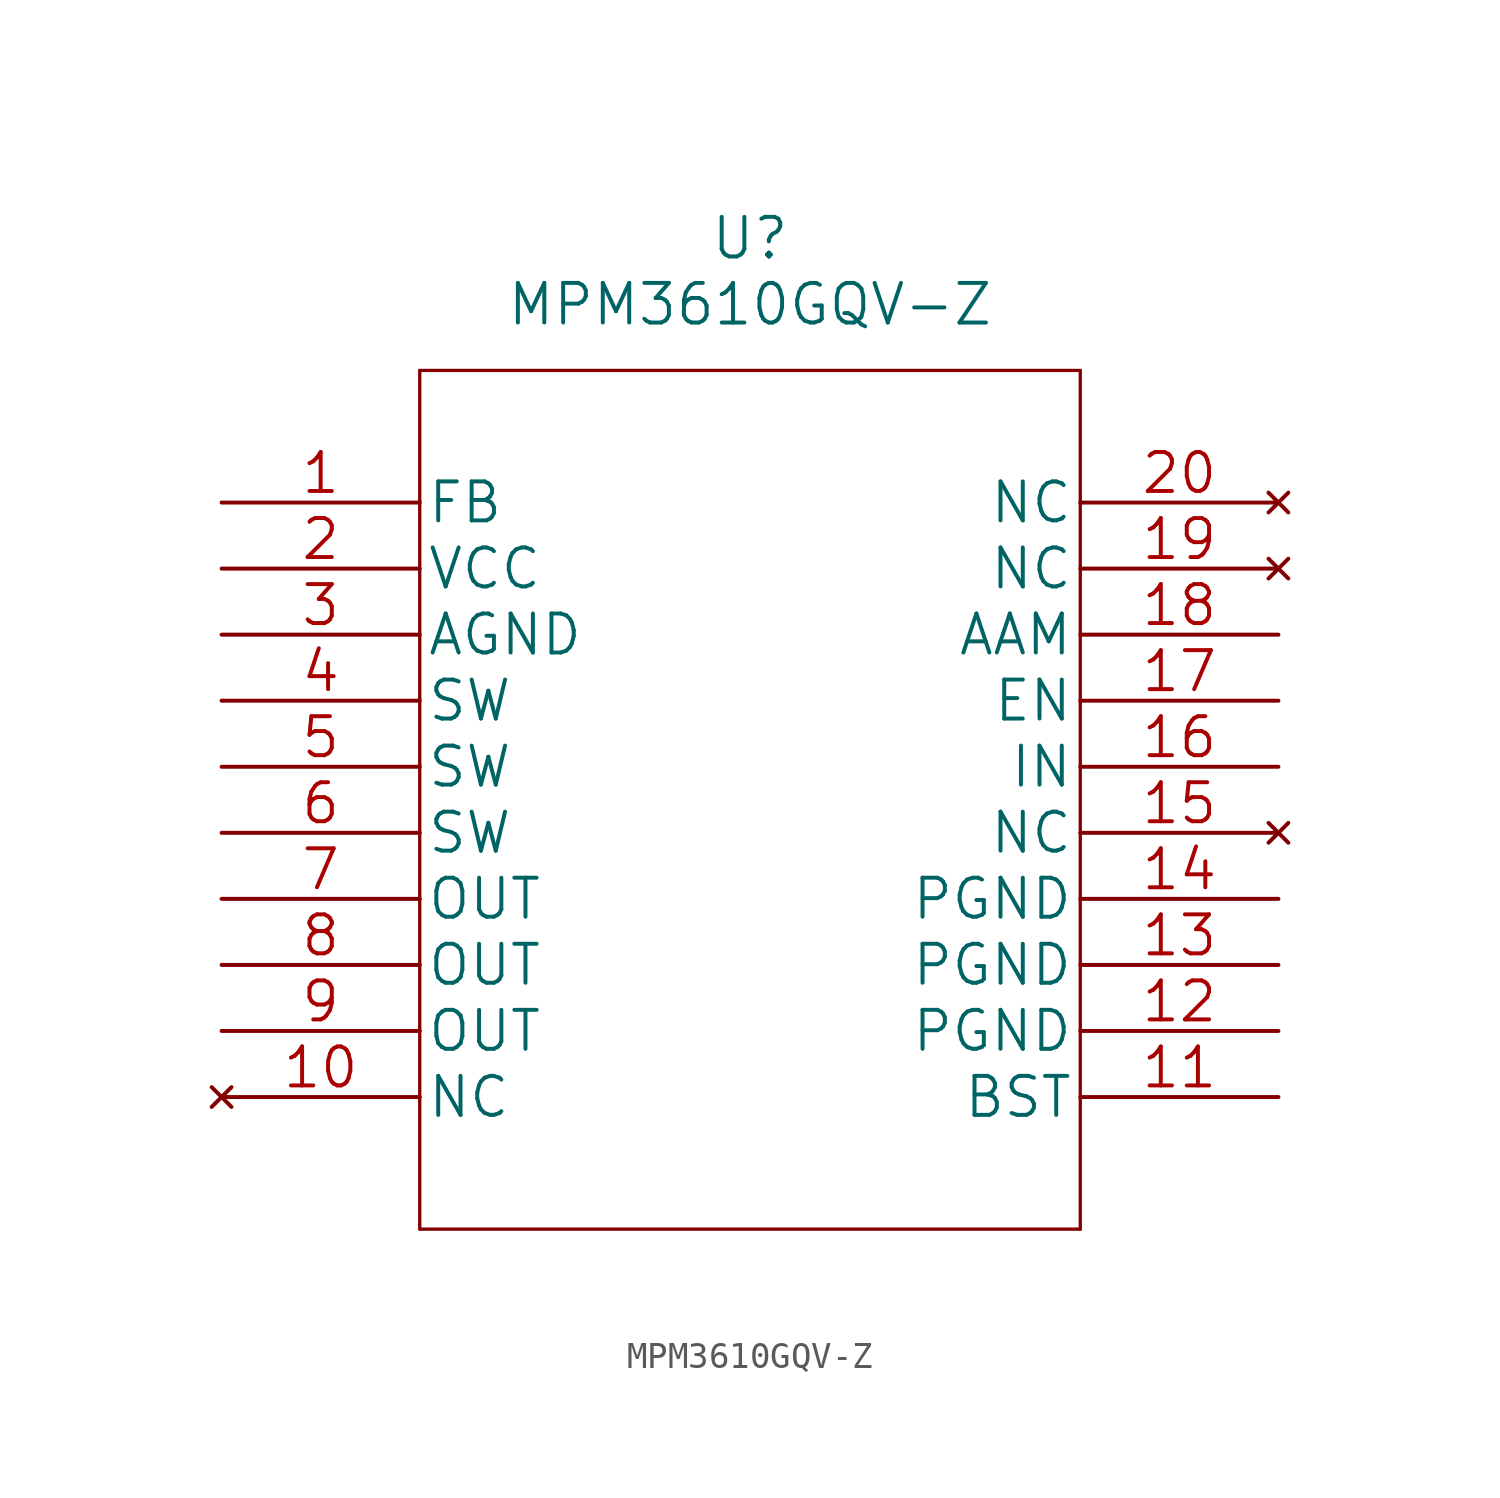
<source format=kicad_sym>
(kicad_symbol_lib
  (version 20211014)
  (generator kicad_symbol_editor)
  (symbol "MPM3610GQV-Z"
    (pin_names
      (offset 0.254))
    (property "Reference" "U"
      (at 20.32 10.16 0)
      (effects (font (size 1.524 1.524))))
    (property "Value" "MPM3610GQV-Z"
      (at 20.32 7.62 0)
      (effects (font (size 1.524 1.524))))
    (property "Datasheet" ""
      (at 0 0 0)
      (effects (font (size 1.524 1.524))))
    (property "ki_locked" ""
      (at 0 0 0)
      (effects (font (size 1.27 1.27))))
    (symbol "MPM3610GQV-Z_1_1"
      (polyline (pts (xy 7.62 -27.94) (xy 33.02 -27.94)) (stroke (width 0.127) (type default) (color 0 0 0 0)) (fill (type none)))
      (polyline (pts (xy 7.62 5.08) (xy 7.62 -27.94)) (stroke (width 0.127) (type default) (color 0 0 0 0)) (fill (type none)))
      (polyline (pts (xy 33.02 -27.94) (xy 33.02 5.08)) (stroke (width 0.127) (type default) (color 0 0 0 0)) (fill (type none)))
      (polyline (pts (xy 33.02 5.08) (xy 7.62 5.08)) (stroke (width 0.127) (type default) (color 0 0 0 0)) (fill (type none)))
      (pin unspecified line (at 0 0 0) (length 7.62) (name "FB" (effects (font (size 1.499 1.499)))) (number "1" (effects (font (size 1.499 1.499)))))
      (pin no_connect line (at 0 -22.86 0) (length 7.62) (name "NC" (effects (font (size 1.499 1.499)))) (number "10" (effects (font (size 1.499 1.499)))))
      (pin unspecified line (at 40.64 -22.86 180) (length 7.62) (name "BST" (effects (font (size 1.499 1.499)))) (number "11" (effects (font (size 1.499 1.499)))))
      (pin power_in line (at 40.64 -20.32 180) (length 7.62) (name "PGND" (effects (font (size 1.499 1.499)))) (number "12" (effects (font (size 1.499 1.499)))))
      (pin power_in line (at 40.64 -17.78 180) (length 7.62) (name "PGND" (effects (font (size 1.499 1.499)))) (number "13" (effects (font (size 1.499 1.499)))))
      (pin power_in line (at 40.64 -15.24 180) (length 7.62) (name "PGND" (effects (font (size 1.499 1.499)))) (number "14" (effects (font (size 1.499 1.499)))))
      (pin no_connect line (at 40.64 -12.7 180) (length 7.62) (name "NC" (effects (font (size 1.499 1.499)))) (number "15" (effects (font (size 1.499 1.499)))))
      (pin power_in line (at 40.64 -10.16 180) (length 7.62) (name "IN" (effects (font (size 1.499 1.499)))) (number "16" (effects (font (size 1.499 1.499)))))
      (pin unspecified line (at 40.64 -7.62 180) (length 7.62) (name "EN" (effects (font (size 1.499 1.499)))) (number "17" (effects (font (size 1.499 1.499)))))
      (pin unspecified line (at 40.64 -5.08 180) (length 7.62) (name "AAM" (effects (font (size 1.499 1.499)))) (number "18" (effects (font (size 1.499 1.499)))))
      (pin no_connect line (at 40.64 -2.54 180) (length 7.62) (name "NC" (effects (font (size 1.499 1.499)))) (number "19" (effects (font (size 1.499 1.499)))))
      (pin power_in line (at 0 -2.54 0) (length 7.62) (name "VCC" (effects (font (size 1.499 1.499)))) (number "2" (effects (font (size 1.499 1.499)))))
      (pin no_connect line (at 40.64 0 180) (length 7.62) (name "NC" (effects (font (size 1.499 1.499)))) (number "20" (effects (font (size 1.499 1.499)))))
      (pin power_in line (at 0 -5.08 0) (length 7.62) (name "AGND" (effects (font (size 1.499 1.499)))) (number "3" (effects (font (size 1.499 1.499)))))
      (pin output line (at 0 -7.62 0) (length 7.62) (name "SW" (effects (font (size 1.499 1.499)))) (number "4" (effects (font (size 1.499 1.499)))))
      (pin output line (at 0 -10.16 0) (length 7.62) (name "SW" (effects (font (size 1.499 1.499)))) (number "5" (effects (font (size 1.499 1.499)))))
      (pin output line (at 0 -12.7 0) (length 7.62) (name "SW" (effects (font (size 1.499 1.499)))) (number "6" (effects (font (size 1.499 1.499)))))
      (pin output line (at 0 -15.24 0) (length 7.62) (name "OUT" (effects (font (size 1.499 1.499)))) (number "7" (effects (font (size 1.499 1.499)))))
      (pin output line (at 0 -17.78 0) (length 7.62) (name "OUT" (effects (font (size 1.499 1.499)))) (number "8" (effects (font (size 1.499 1.499)))))
      (pin output line (at 0 -20.32 0) (length 7.62) (name "OUT" (effects (font (size 1.499 1.499)))) (number "9" (effects (font (size 1.499 1.499))))))))
</source>
